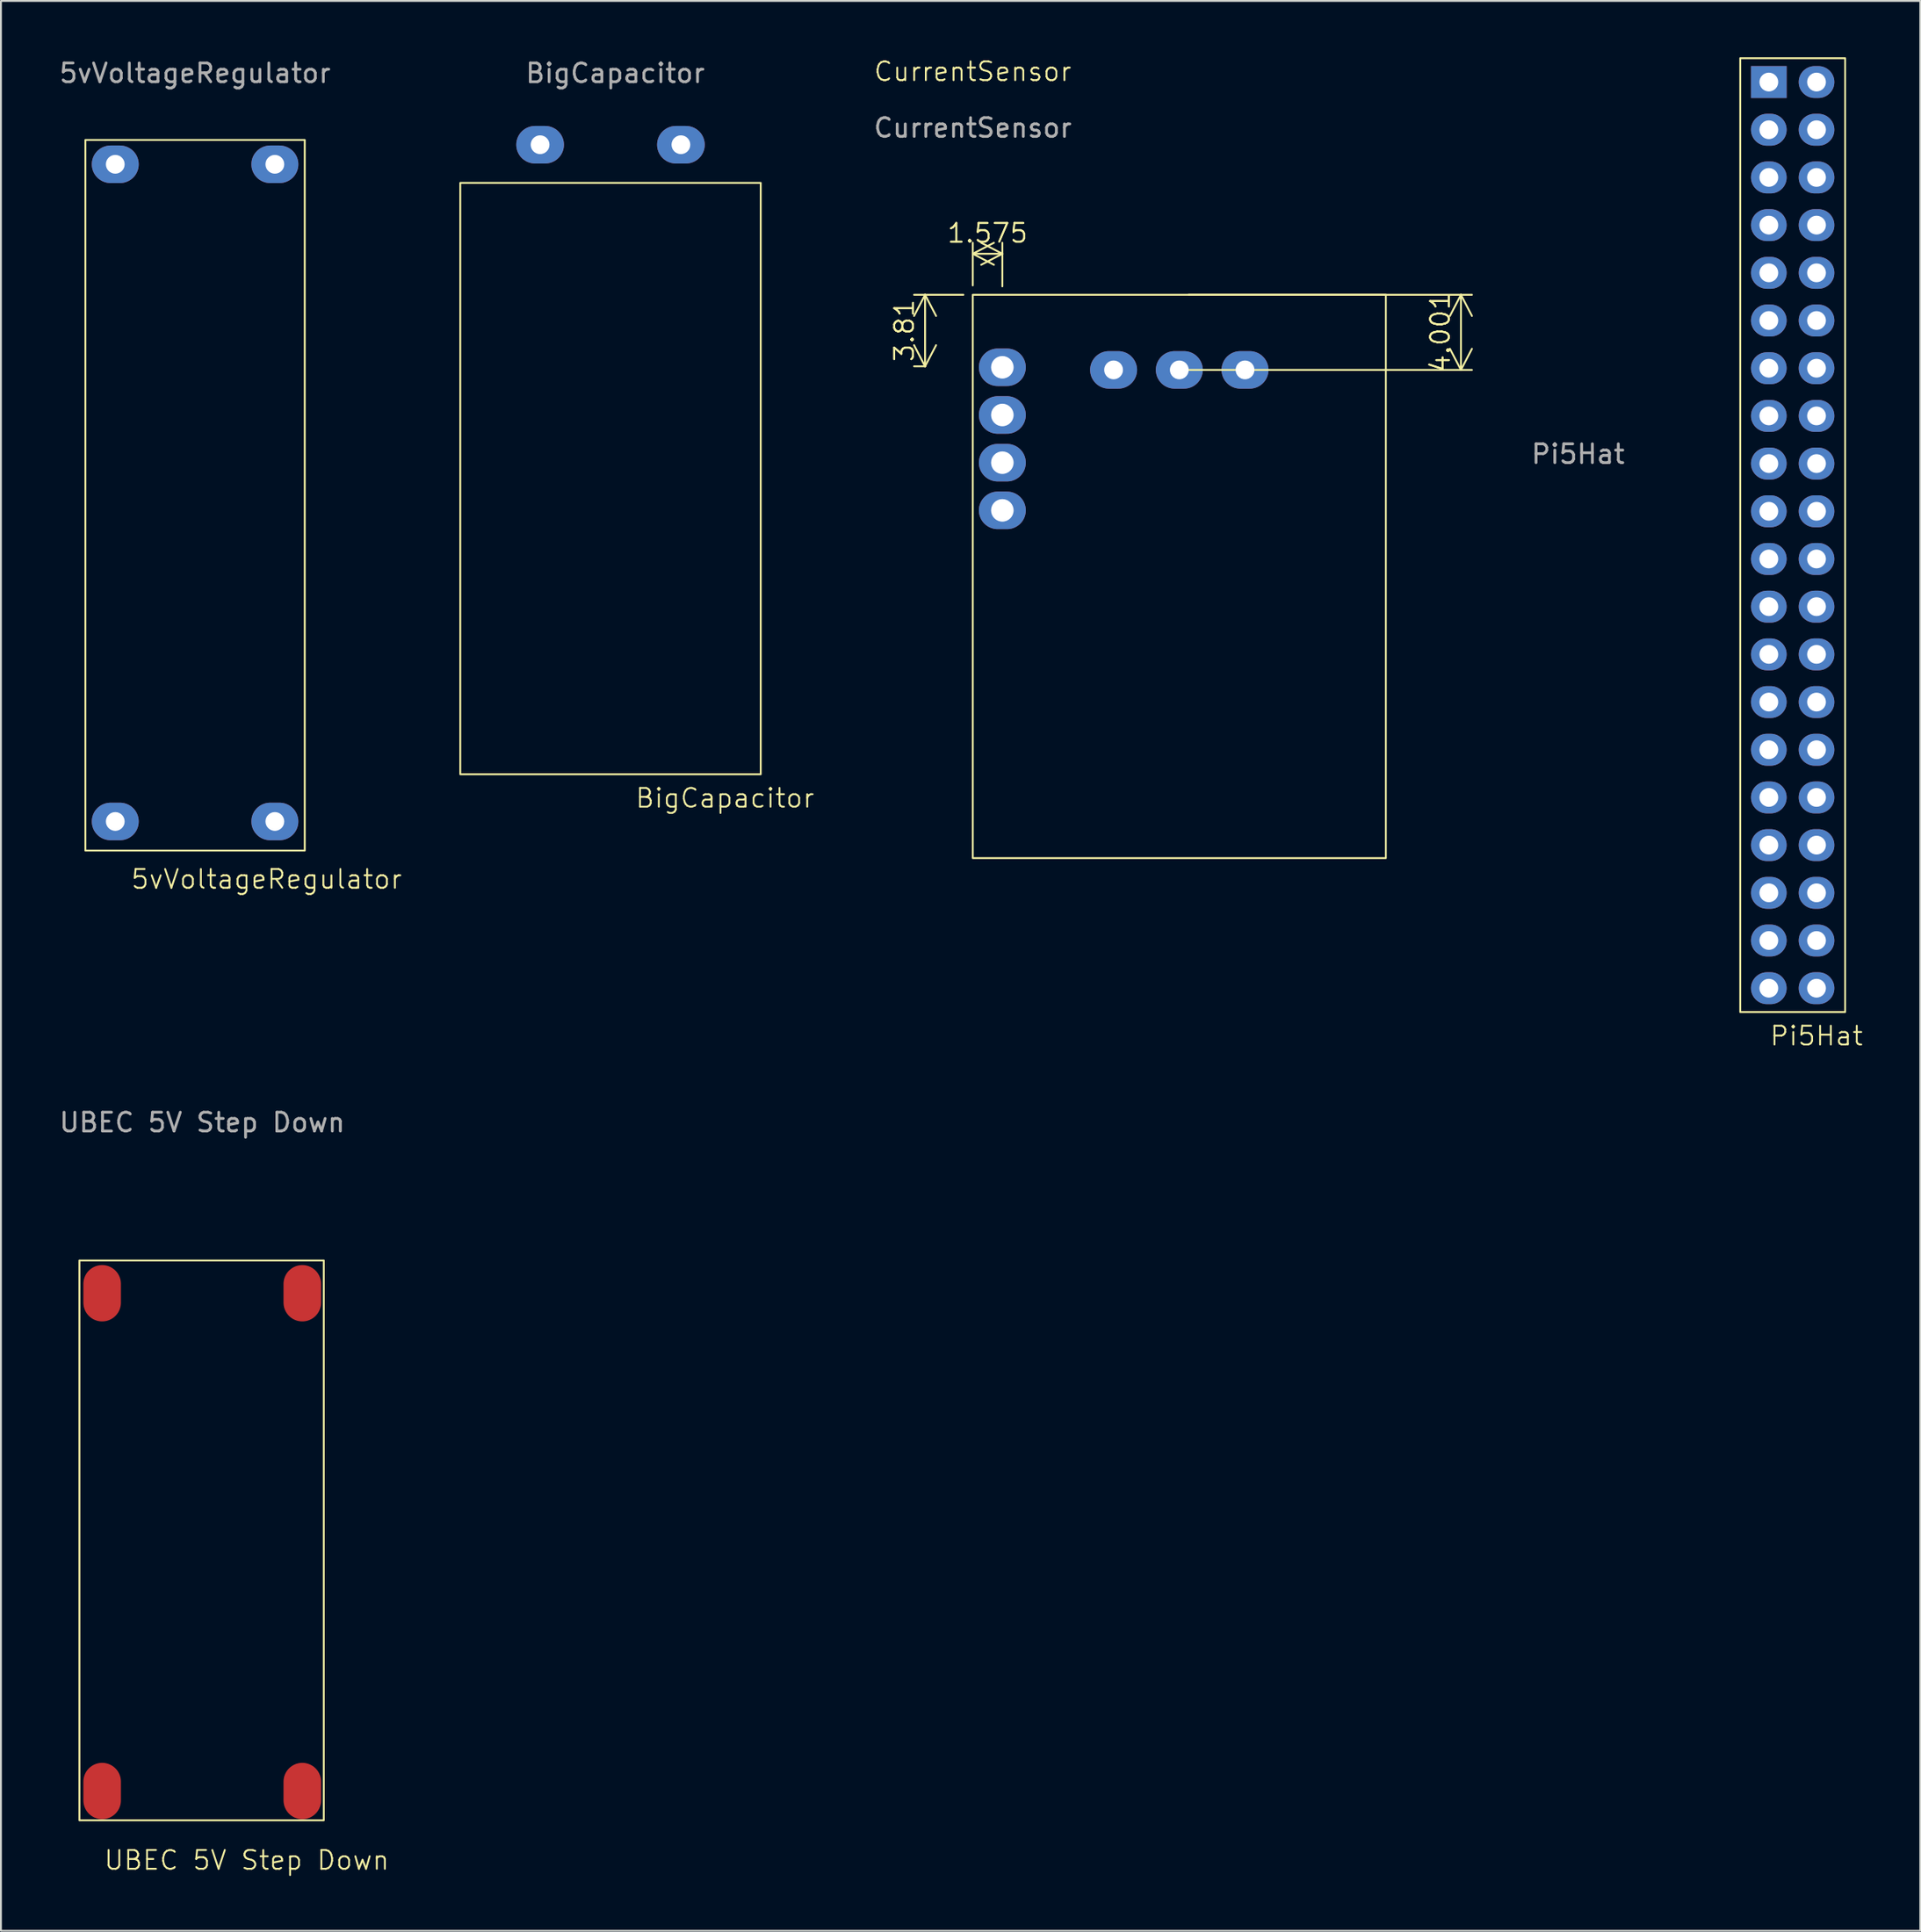
<source format=kicad_pcb>
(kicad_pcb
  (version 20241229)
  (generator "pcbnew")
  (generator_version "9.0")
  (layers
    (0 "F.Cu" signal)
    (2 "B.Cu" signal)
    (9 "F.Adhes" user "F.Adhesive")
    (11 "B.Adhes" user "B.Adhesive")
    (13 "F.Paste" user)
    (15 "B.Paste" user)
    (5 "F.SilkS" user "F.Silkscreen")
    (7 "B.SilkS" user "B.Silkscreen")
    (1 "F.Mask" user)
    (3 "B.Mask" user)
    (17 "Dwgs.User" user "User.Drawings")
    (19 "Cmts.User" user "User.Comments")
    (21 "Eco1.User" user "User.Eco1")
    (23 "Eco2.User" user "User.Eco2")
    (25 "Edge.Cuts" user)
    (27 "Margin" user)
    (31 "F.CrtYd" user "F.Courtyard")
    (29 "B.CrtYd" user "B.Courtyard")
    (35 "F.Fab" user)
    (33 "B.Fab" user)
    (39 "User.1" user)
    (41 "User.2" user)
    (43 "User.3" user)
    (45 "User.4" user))
  (footprint "CurrentSensor"
    (layer "F.Cu")
    (at 48.759 12.65)
    (property "Reference" "CurrentSensor" (at 0 -11.89 0) (unlocked yes) (layer "F.SilkS") (effects (font (size 1 1) (thickness 0.1))))
    (attr smd)
    (fp_rect (start 0 0) (end 22 30) (stroke (width 0.1) (type default)) (fill no) (layer "F.SilkS"))
    (fp_text user "${REFERENCE}" (at 0 -8.89 0) (unlocked yes) (layer "F.Fab") (effects (font (size 1 1) (thickness 0.15))))
    (dimension (type orthogonal) (layer "F.SilkS") (pts (xy 48.759 12.65) (xy 46.727 16.46)) (height -2.54) (orientation 1) (format (prefix "") (suffix "") (units 3) (units_format 0) (precision 4) (suppress_zeroes yes)) (style (thickness 0.1) (arrow_length 1.27) (text_position_mode 0) (arrow_direction outward) (extension_height 0.586) (extension_offset 0.5) (keep_text_aligned yes)) (gr_text "3.81" (at 45.119 14.556 90) (layer "F.SilkS") (effects (font (size 1 1) (thickness 0.1)))))
    (dimension (type orthogonal) (layer "F.SilkS") (pts (xy 48.759 12.65) (xy 50.334 12.701)) (height -2.184) (orientation 0) (format (prefix "") (suffix "") (units 3) (units_format 0) (precision 4) (suppress_zeroes yes)) (style (thickness 0.1) (arrow_length 1.27) (text_position_mode 0) (arrow_direction outward) (extension_height 0.586) (extension_offset 0.5) (keep_text_aligned yes)) (gr_text "1.5748" (at 49.547 9.366 0) (layer "F.SilkS") (effects (font (size 1 1) (thickness 0.1)))))
    (dimension (type orthogonal) (layer "F.SilkS") (pts (xy 59.759 16.651) (xy 59.759 12.65)) (height 15) (orientation 1) (format (prefix "") (suffix "") (units 3) (units_format 0) (precision 4) (suppress_zeroes yes)) (style (thickness 0.1) (arrow_length 1.27) (text_position_mode 0) (arrow_direction outward) (extension_height 0.586) (extension_offset 0.5) (keep_text_aligned yes)) (gr_text "4" (at 73.659 14.65 90) (layer "F.SilkS") (effects (font (size 1 1) (thickness 0.1)))))
    (pad "1" thru_hole oval (at 1.575 3.861) (size 2.5 2) (drill 1.2) (layers "*.Cu" "*.Mask"))
    (pad "2" thru_hole oval (at 1.575 6.401) (size 2.5 2) (drill 1.2) (layers "*.Cu" "*.Mask"))
    (pad "3" thru_hole oval (at 1.575 8.941) (size 2.5 2) (drill 1.2) (layers "*.Cu" "*.Mask"))
    (pad "4" thru_hole oval (at 1.575 11.481) (size 2.5 2) (drill 1.2) (layers "*.Cu" "*.Mask"))
    (pad "5" thru_hole oval (at 7.5 4) (size 2.5 2) (drill 1) (layers "*.Cu" "*.Mask"))
    (pad "6" thru_hole oval (at 11 4) (size 2.5 2) (drill 1) (layers "*.Cu" "*.Mask"))
    (pad "7" thru_hole oval (at 14.5 4) (size 2.5 2) (drill 1) (layers "*.Cu" "*.Mask")))
  (footprint "5vVoltageRegulator"
    (layer "F.Cu")
    (at 7.339 23.2)
    (property "Reference" "5vVoltageRegulator" (at 3.81 20.574 0) (unlocked yes) (layer "F.SilkS") (effects (font (size 1 1) (thickness 0.1))))
    (attr smd)
    (fp_rect (start -5.842 -18.796) (end 5.842 19.05) (stroke (width 0.1) (type default)) (fill no) (layer "F.SilkS"))
    (fp_text user "${REFERENCE}" (at 0 -22.352 0) (unlocked yes) (layer "F.Fab") (effects (font (size 1 1) (thickness 0.15))))
    (pad "1" thru_hole oval (at -4.25 -17.5) (size 2.5 2) (drill 1) (layers "*.Cu" "*.Mask"))
    (pad "2" thru_hole oval (at 4.25 -17.5) (size 2.5 2) (drill 1) (layers "*.Cu" "*.Mask"))
    (pad "3" thru_hole oval (at -4.25 17.5) (size 2.5 2) (drill 1) (layers "*.Cu" "*.Mask"))
    (pad "4" thru_hole oval (at 4.25 17.5) (size 2.5 2) (drill 1) (layers "*.Cu" "*.Mask")))
  (footprint "Pi5Hat"
    (layer "F.Cu")
    (at 92.427 17.83)
    (property "Reference" "Pi5Hat" (at 1.27 34.29 0) (unlocked yes) (layer "F.SilkS") (effects (font (size 1 1) (thickness 0.1))))
    (attr smd)
    (fp_rect (start -2.794 -17.78) (end 2.794 33.02) (stroke (width 0.1) (type default)) (fill no) (layer "F.SilkS"))
    (fp_text user "${REFERENCE}" (at -11.43 3.302 0) (unlocked yes) (layer "F.Fab") (effects (font (size 1 1) (thickness 0.15))))
    (pad "1" thru_hole rect (at -1.27 -16.51) (size 1.9 1.7) (drill 1) (layers "*.Cu" "*.Mask"))
    (pad "2" thru_hole oval (at 1.27 -16.51) (size 1.9 1.7) (drill 1) (layers "*.Cu" "*.Mask"))
    (pad "3" thru_hole oval (at -1.27 -13.97) (size 1.9 1.7) (drill 1) (layers "*.Cu" "*.Mask"))
    (pad "4" thru_hole oval (at 1.27 -13.97) (size 1.9 1.7) (drill 1) (layers "*.Cu" "*.Mask"))
    (pad "5" thru_hole oval (at -1.27 -11.43) (size 1.9 1.7) (drill 1) (layers "*.Cu" "*.Mask"))
    (pad "6" thru_hole oval (at 1.27 -11.43) (size 1.9 1.7) (drill 1) (layers "*.Cu" "*.Mask"))
    (pad "7" thru_hole oval (at -1.27 -8.89) (size 1.9 1.7) (drill 1) (layers "*.Cu" "*.Mask"))
    (pad "8" thru_hole oval (at 1.27 -8.89) (size 1.9 1.7) (drill 1) (layers "*.Cu" "*.Mask"))
    (pad "9" thru_hole oval (at -1.27 -6.35) (size 1.9 1.7) (drill 1) (layers "*.Cu" "*.Mask"))
    (pad "10" thru_hole oval (at 1.27 -6.35) (size 1.9 1.7) (drill 1) (layers "*.Cu" "*.Mask"))
    (pad "11" thru_hole oval (at -1.27 -3.81) (size 1.9 1.7) (drill 1) (layers "*.Cu" "*.Mask"))
    (pad "12" thru_hole oval (at 1.27 -3.81) (size 1.9 1.7) (drill 1) (layers "*.Cu" "*.Mask"))
    (pad "13" thru_hole oval (at -1.27 -1.27) (size 1.9 1.7) (drill 1) (layers "*.Cu" "*.Mask"))
    (pad "14" thru_hole oval (at 1.27 -1.27) (size 1.9 1.7) (drill 1) (layers "*.Cu" "*.Mask"))
    (pad "15" thru_hole oval (at -1.27 1.27) (size 1.9 1.7) (drill 1) (layers "*.Cu" "*.Mask"))
    (pad "16" thru_hole oval (at 1.27 1.27) (size 1.9 1.7) (drill 1) (layers "*.Cu" "*.Mask"))
    (pad "17" thru_hole oval (at -1.27 3.81) (size 1.9 1.7) (drill 1) (layers "*.Cu" "*.Mask"))
    (pad "18" thru_hole oval (at 1.27 3.81) (size 1.9 1.7) (drill 1) (layers "*.Cu" "*.Mask"))
    (pad "19" thru_hole oval (at -1.27 6.35) (size 1.9 1.7) (drill 1) (layers "*.Cu" "*.Mask"))
    (pad "20" thru_hole oval (at 1.27 6.35) (size 1.9 1.7) (drill 1) (layers "*.Cu" "*.Mask"))
    (pad "21" thru_hole oval (at -1.27 8.89) (size 1.9 1.7) (drill 1) (layers "*.Cu" "*.Mask"))
    (pad "22" thru_hole oval (at 1.27 8.89) (size 1.9 1.7) (drill 1) (layers "*.Cu" "*.Mask"))
    (pad "23" thru_hole oval (at -1.27 11.43) (size 1.9 1.7) (drill 1) (layers "*.Cu" "*.Mask"))
    (pad "24" thru_hole oval (at 1.27 11.43) (size 1.9 1.7) (drill 1) (layers "*.Cu" "*.Mask"))
    (pad "25" thru_hole oval (at -1.27 13.97) (size 1.9 1.7) (drill 1) (layers "*.Cu" "*.Mask"))
    (pad "26" thru_hole oval (at 1.27 13.97) (size 1.9 1.7) (drill 1) (layers "*.Cu" "*.Mask"))
    (pad "27" thru_hole oval (at -1.27 16.51) (size 1.9 1.7) (drill 1) (layers "*.Cu" "*.Mask"))
    (pad "28" thru_hole oval (at 1.27 16.51) (size 1.9 1.7) (drill 1) (layers "*.Cu" "*.Mask"))
    (pad "29" thru_hole oval (at -1.27 19.05) (size 1.9 1.7) (drill 1) (layers "*.Cu" "*.Mask"))
    (pad "30" thru_hole oval (at 1.27 19.05) (size 1.9 1.7) (drill 1) (layers "*.Cu" "*.Mask"))
    (pad "31" thru_hole oval (at -1.27 21.59) (size 1.9 1.7) (drill 1) (layers "*.Cu" "*.Mask"))
    (pad "32" thru_hole oval (at 1.27 21.59) (size 1.9 1.7) (drill 1) (layers "*.Cu" "*.Mask"))
    (pad "33" thru_hole oval (at -1.27 24.13) (size 1.9 1.7) (drill 1) (layers "*.Cu" "*.Mask"))
    (pad "34" thru_hole oval (at 1.27 24.13) (size 1.9 1.7) (drill 1) (layers "*.Cu" "*.Mask"))
    (pad "35" thru_hole oval (at -1.27 26.67) (size 1.9 1.7) (drill 1) (layers "*.Cu" "*.Mask"))
    (pad "36" thru_hole oval (at 1.27 26.67) (size 1.9 1.7) (drill 1) (layers "*.Cu" "*.Mask"))
    (pad "37" thru_hole oval (at -1.27 29.21) (size 1.9 1.7) (drill 1) (layers "*.Cu" "*.Mask"))
    (pad "38" thru_hole oval (at 1.27 29.21) (size 1.9 1.7) (drill 1) (layers "*.Cu" "*.Mask"))
    (pad "39" thru_hole oval (at -1.27 31.75) (size 1.9 1.7) (drill 1) (layers "*.Cu" "*.Mask"))
    (pad "40" thru_hole oval (at 1.27 31.75) (size 1.9 1.7) (drill 1) (layers "*.Cu" "*.Mask")))
  (footprint "UBEC 5V Step Down"
    (layer "F.Cu")
    (at 7.72 79.081)
    (property "Reference" "UBEC 5V Step Down" (at 2.37 16.94 0) (unlocked yes) (layer "F.SilkS") (effects (font (size 1 1) (thickness 0.1))))
    (attr smd)
    (fp_rect (start -6.54 -15) (end 6.475 14.815) (stroke (width 0.1) (type default)) (fill no) (layer "F.SilkS"))
    (fp_text user "${REFERENCE}" (at 0 -22.352 0) (unlocked yes) (layer "F.Fab") (effects (font (size 1 1) (thickness 0.15))))
    (pad "1" smd oval (at -5.33 -13.255) (size 2 3) (layers "F.Cu" "F.Mask" "F.Paste"))
    (pad "2" smd oval (at -5.33 13.255) (size 2 3) (layers "F.Cu" "F.Mask" "F.Paste"))
    (pad "3" smd oval (at 5.33 -13.255) (size 2 3) (layers "F.Cu" "F.Mask" "F.Paste"))
    (pad "4" smd oval (at 5.33 13.255) (size 2 3) (layers "F.Cu" "F.Mask" "F.Paste")))
  (footprint "BigCapacitor"
    (layer "F.Cu")
    (at 29.465 4.658)
    (property "Reference" "BigCapacitor" (at 6.096 34.798 0) (unlocked yes) (layer "F.SilkS") (effects (font (size 1 1) (thickness 0.1))))
    (attr through_hole)
    (fp_rect (start -8.001 2.032) (end 8.001 33.528) (stroke (width 0.1) (type default)) (fill no) (layer "F.SilkS"))
    (fp_text user "${REFERENCE}" (at 0.254 -3.81 0) (unlocked yes) (layer "F.Fab") (effects (font (size 1 1) (thickness 0.15))))
    (pad "1" thru_hole oval (at -3.75 0) (size 2.54 2) (drill 1) (layers "*.Cu" "*.Mask"))
    (pad "2" thru_hole oval (at 3.75 0) (size 2.54 2) (drill 1) (layers "*.Cu" "*.Mask")))
  (gr_rect
    (start -3 -3)
    (end 99.223 99.781)
    (stroke (width 0.1) (type default))
    (fill no)
    (layer "Edge.Cuts")))
</source>
